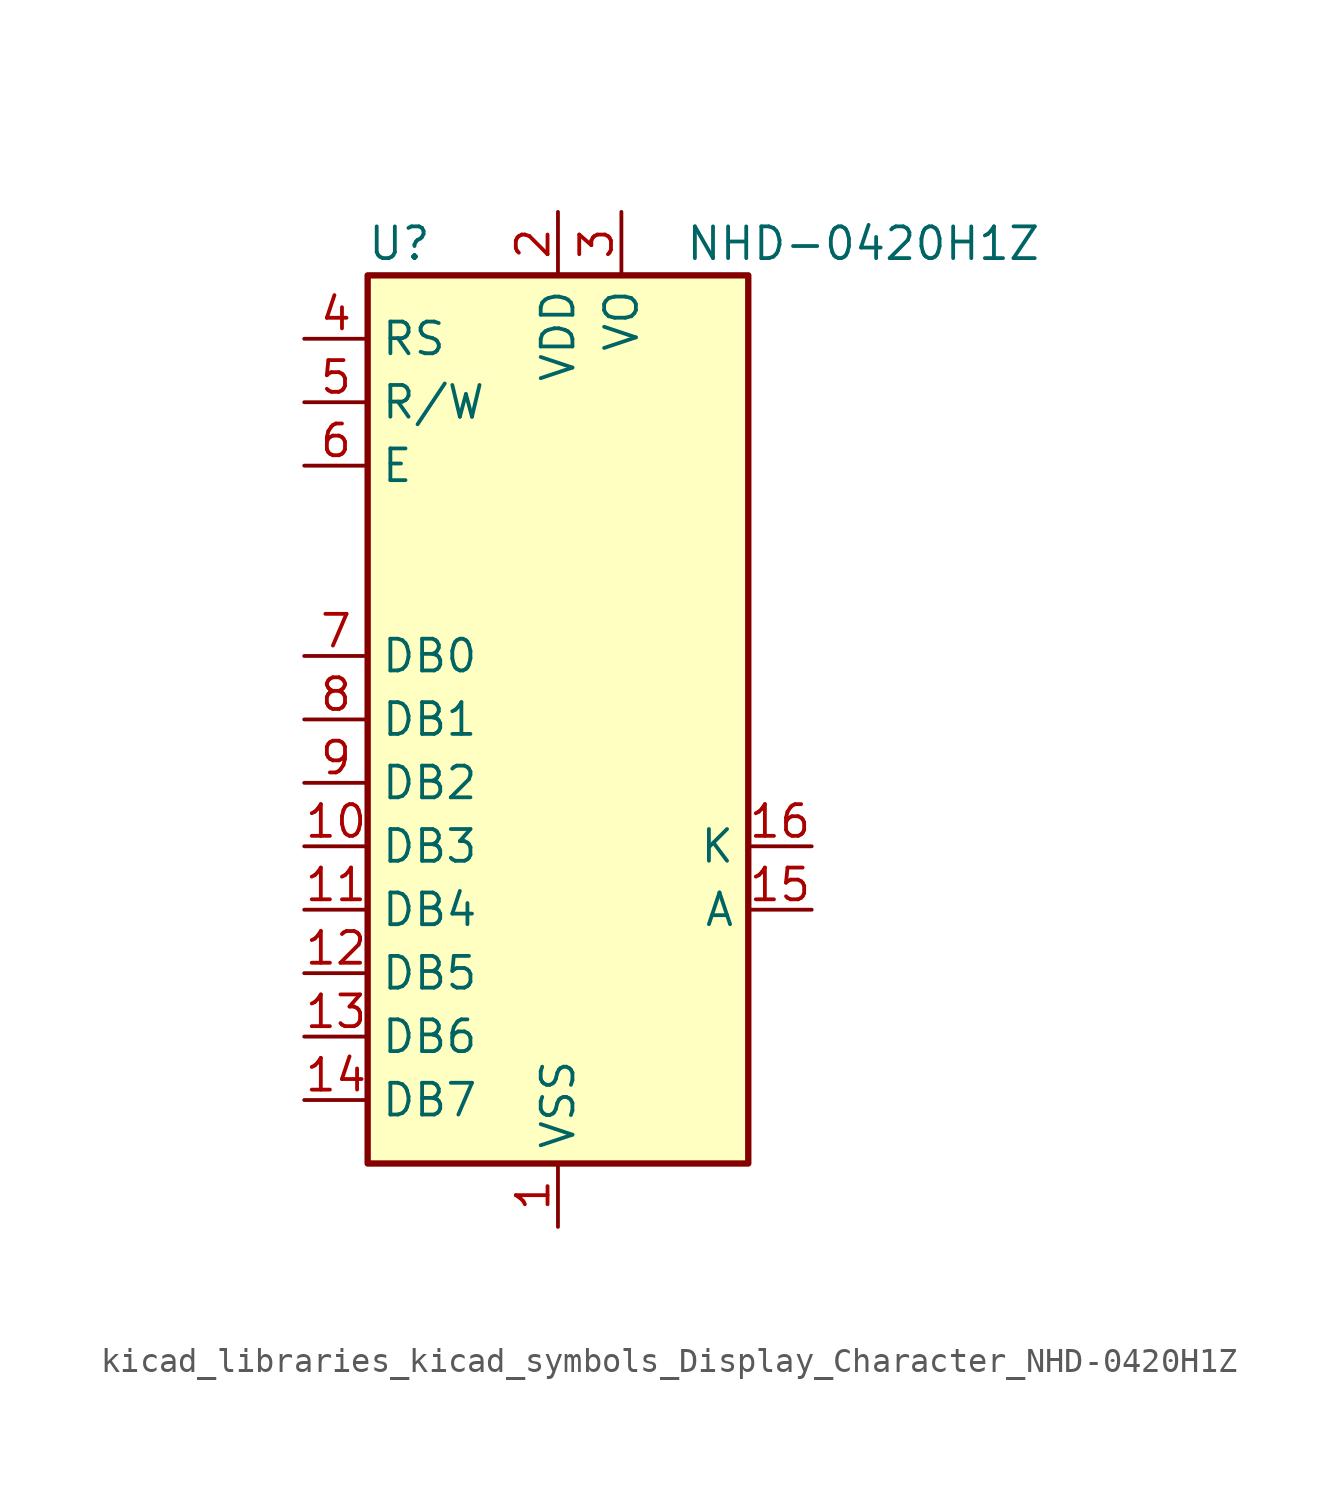
<source format=kicad_sym>
(kicad_symbol_lib
  (version 20220914)
  (generator kicad_symbol_editor)
  (symbol "kicad_libraries_kicad_symbols_Display_Character_NHD-0420H1Z"
    (property "Reference" "U"
      (at -6.35 19.05 0)
      (effects (font (size 1.27 1.27))))
    (property "Value" "NHD-0420H1Z"
      (at 5.08 19.05 0)
      (effects (font (size 1.27 1.27)) (justify left)))
    (symbol "kicad_libraries_kicad_symbols_Display_Character_NHD-0420H1Z_0_1"
      (rectangle (start -7.62 17.78) (end 7.62 -17.78) (stroke (width 0.254) (type default)) (fill (type background))))
    (symbol "kicad_libraries_kicad_symbols_Display_Character_NHD-0420H1Z_1_1"
      (pin power_in line (at 0 -20.32 90) (length 2.54) (name "VSS" (effects (font (size 1.27 1.27)))) (number "1" (effects (font (size 1.27 1.27)))))
      (pin bidirectional line (at -10.16 -5.08 0) (length 2.54) (name "DB3" (effects (font (size 1.27 1.27)))) (number "10" (effects (font (size 1.27 1.27)))))
      (pin bidirectional line (at -10.16 -7.62 0) (length 2.54) (name "DB4" (effects (font (size 1.27 1.27)))) (number "11" (effects (font (size 1.27 1.27)))))
      (pin bidirectional line (at -10.16 -10.16 0) (length 2.54) (name "DB5" (effects (font (size 1.27 1.27)))) (number "12" (effects (font (size 1.27 1.27)))))
      (pin bidirectional line (at -10.16 -12.7 0) (length 2.54) (name "DB6" (effects (font (size 1.27 1.27)))) (number "13" (effects (font (size 1.27 1.27)))))
      (pin bidirectional line (at -10.16 -15.24 0) (length 2.54) (name "DB7" (effects (font (size 1.27 1.27)))) (number "14" (effects (font (size 1.27 1.27)))))
      (pin passive line (at 10.16 -7.62 180) (length 2.54) (name "A" (effects (font (size 1.27 1.27)))) (number "15" (effects (font (size 1.27 1.27)))))
      (pin passive line (at 10.16 -5.08 180) (length 2.54) (name "K" (effects (font (size 1.27 1.27)))) (number "16" (effects (font (size 1.27 1.27)))))
      (pin power_in line (at 0 20.32 270) (length 2.54) (name "VDD" (effects (font (size 1.27 1.27)))) (number "2" (effects (font (size 1.27 1.27)))))
      (pin power_in line (at 2.54 20.32 270) (length 2.54) (name "VO" (effects (font (size 1.27 1.27)))) (number "3" (effects (font (size 1.27 1.27)))))
      (pin input line (at -10.16 15.24 0) (length 2.54) (name "RS" (effects (font (size 1.27 1.27)))) (number "4" (effects (font (size 1.27 1.27)))))
      (pin input line (at -10.16 12.7 0) (length 2.54) (name "R/W" (effects (font (size 1.27 1.27)))) (number "5" (effects (font (size 1.27 1.27)))))
      (pin input line (at -10.16 10.16 0) (length 2.54) (name "E" (effects (font (size 1.27 1.27)))) (number "6" (effects (font (size 1.27 1.27)))))
      (pin bidirectional line (at -10.16 2.54 0) (length 2.54) (name "DB0" (effects (font (size 1.27 1.27)))) (number "7" (effects (font (size 1.27 1.27)))))
      (pin bidirectional line (at -10.16 0 0) (length 2.54) (name "DB1" (effects (font (size 1.27 1.27)))) (number "8" (effects (font (size 1.27 1.27)))))
      (pin bidirectional line (at -10.16 -2.54 0) (length 2.54) (name "DB2" (effects (font (size 1.27 1.27)))) (number "9" (effects (font (size 1.27 1.27))))))))
</source>
